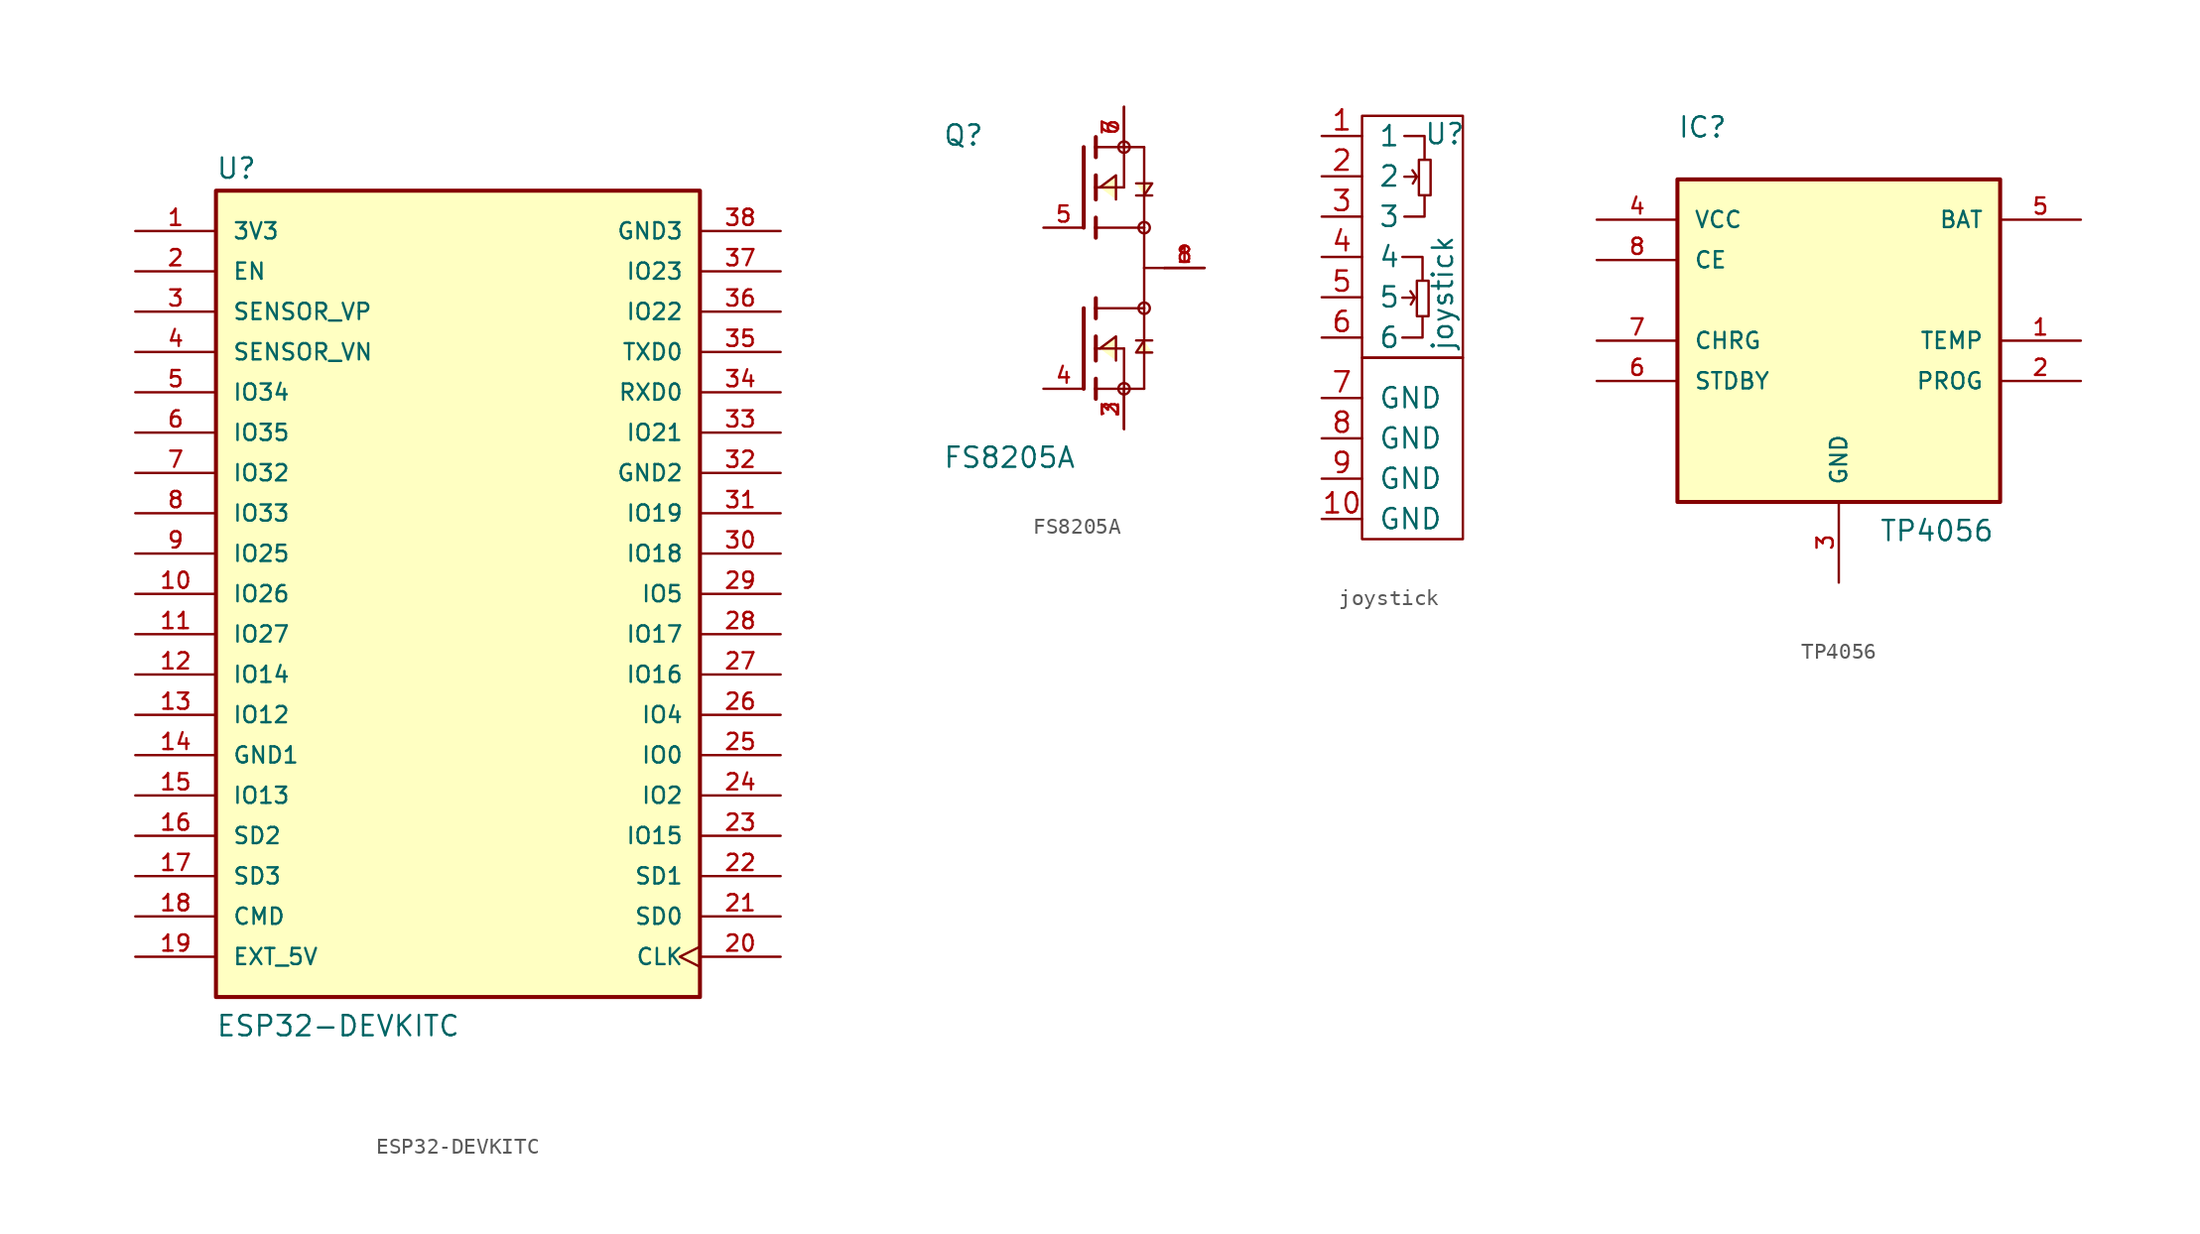
<source format=kicad_sym>
(kicad_symbol_lib
  (version 20231120)
  (generator "kicad_symbol_editor")
  (generator_version "8.0")
  (symbol "ESP32-DEVKITC"
    (pin_names
      (offset 1.016))
    (property "Reference" "U"
      (at -15.265 26.06 0)
      (effects (font (size 1.27 1.27)) (justify left bottom)))
    (property "Value" "ESP32-DEVKITC"
      (at -15.265 -27.965 0)
      (effects (font (size 1.27 1.27)) (justify left bottom)))
    (symbol "ESP32-DEVKITC_0_0"
      (rectangle (start -15.24 -25.4) (end 15.24 25.4) (stroke (width 0.254) (type default)) (fill (type background)))
      (pin power_in line (at -20.32 22.86 0) (length 5.08) (name "3V3" (effects (font (size 1.016 1.016)))) (number "1" (effects (font (size 1.016 1.016)))))
      (pin bidirectional line (at -20.32 0 0) (length 5.08) (name "IO26" (effects (font (size 1.016 1.016)))) (number "10" (effects (font (size 1.016 1.016)))))
      (pin bidirectional line (at -20.32 -2.54 0) (length 5.08) (name "IO27" (effects (font (size 1.016 1.016)))) (number "11" (effects (font (size 1.016 1.016)))))
      (pin bidirectional line (at -20.32 -5.08 0) (length 5.08) (name "IO14" (effects (font (size 1.016 1.016)))) (number "12" (effects (font (size 1.016 1.016)))))
      (pin bidirectional line (at -20.32 -7.62 0) (length 5.08) (name "IO12" (effects (font (size 1.016 1.016)))) (number "13" (effects (font (size 1.016 1.016)))))
      (pin power_in line (at -20.32 -10.16 0) (length 5.08) (name "GND1" (effects (font (size 1.016 1.016)))) (number "14" (effects (font (size 1.016 1.016)))))
      (pin bidirectional line (at -20.32 -12.7 0) (length 5.08) (name "IO13" (effects (font (size 1.016 1.016)))) (number "15" (effects (font (size 1.016 1.016)))))
      (pin bidirectional line (at -20.32 -15.24 0) (length 5.08) (name "SD2" (effects (font (size 1.016 1.016)))) (number "16" (effects (font (size 1.016 1.016)))))
      (pin bidirectional line (at -20.32 -17.78 0) (length 5.08) (name "SD3" (effects (font (size 1.016 1.016)))) (number "17" (effects (font (size 1.016 1.016)))))
      (pin bidirectional line (at -20.32 -20.32 0) (length 5.08) (name "CMD" (effects (font (size 1.016 1.016)))) (number "18" (effects (font (size 1.016 1.016)))))
      (pin power_in line (at -20.32 -22.86 0) (length 5.08) (name "EXT_5V" (effects (font (size 1.016 1.016)))) (number "19" (effects (font (size 1.016 1.016)))))
      (pin input line (at -20.32 20.32 0) (length 5.08) (name "EN" (effects (font (size 1.016 1.016)))) (number "2" (effects (font (size 1.016 1.016)))))
      (pin input clock (at 20.32 -22.86 180) (length 5.08) (name "CLK" (effects (font (size 1.016 1.016)))) (number "20" (effects (font (size 1.016 1.016)))))
      (pin bidirectional line (at 20.32 -20.32 180) (length 5.08) (name "SD0" (effects (font (size 1.016 1.016)))) (number "21" (effects (font (size 1.016 1.016)))))
      (pin bidirectional line (at 20.32 -17.78 180) (length 5.08) (name "SD1" (effects (font (size 1.016 1.016)))) (number "22" (effects (font (size 1.016 1.016)))))
      (pin bidirectional line (at 20.32 -15.24 180) (length 5.08) (name "IO15" (effects (font (size 1.016 1.016)))) (number "23" (effects (font (size 1.016 1.016)))))
      (pin bidirectional line (at 20.32 -12.7 180) (length 5.08) (name "IO2" (effects (font (size 1.016 1.016)))) (number "24" (effects (font (size 1.016 1.016)))))
      (pin bidirectional line (at 20.32 -10.16 180) (length 5.08) (name "IO0" (effects (font (size 1.016 1.016)))) (number "25" (effects (font (size 1.016 1.016)))))
      (pin bidirectional line (at 20.32 -7.62 180) (length 5.08) (name "IO4" (effects (font (size 1.016 1.016)))) (number "26" (effects (font (size 1.016 1.016)))))
      (pin bidirectional line (at 20.32 -5.08 180) (length 5.08) (name "IO16" (effects (font (size 1.016 1.016)))) (number "27" (effects (font (size 1.016 1.016)))))
      (pin bidirectional line (at 20.32 -2.54 180) (length 5.08) (name "IO17" (effects (font (size 1.016 1.016)))) (number "28" (effects (font (size 1.016 1.016)))))
      (pin bidirectional line (at 20.32 0 180) (length 5.08) (name "IO5" (effects (font (size 1.016 1.016)))) (number "29" (effects (font (size 1.016 1.016)))))
      (pin input line (at -20.32 17.78 0) (length 5.08) (name "SENSOR_VP" (effects (font (size 1.016 1.016)))) (number "3" (effects (font (size 1.016 1.016)))))
      (pin bidirectional line (at 20.32 2.54 180) (length 5.08) (name "IO18" (effects (font (size 1.016 1.016)))) (number "30" (effects (font (size 1.016 1.016)))))
      (pin bidirectional line (at 20.32 5.08 180) (length 5.08) (name "IO19" (effects (font (size 1.016 1.016)))) (number "31" (effects (font (size 1.016 1.016)))))
      (pin power_in line (at 20.32 7.62 180) (length 5.08) (name "GND2" (effects (font (size 1.016 1.016)))) (number "32" (effects (font (size 1.016 1.016)))))
      (pin bidirectional line (at 20.32 10.16 180) (length 5.08) (name "IO21" (effects (font (size 1.016 1.016)))) (number "33" (effects (font (size 1.016 1.016)))))
      (pin input line (at 20.32 12.7 180) (length 5.08) (name "RXD0" (effects (font (size 1.016 1.016)))) (number "34" (effects (font (size 1.016 1.016)))))
      (pin output line (at 20.32 15.24 180) (length 5.08) (name "TXD0" (effects (font (size 1.016 1.016)))) (number "35" (effects (font (size 1.016 1.016)))))
      (pin bidirectional line (at 20.32 17.78 180) (length 5.08) (name "IO22" (effects (font (size 1.016 1.016)))) (number "36" (effects (font (size 1.016 1.016)))))
      (pin bidirectional line (at 20.32 20.32 180) (length 5.08) (name "IO23" (effects (font (size 1.016 1.016)))) (number "37" (effects (font (size 1.016 1.016)))))
      (pin power_in line (at 20.32 22.86 180) (length 5.08) (name "GND3" (effects (font (size 1.016 1.016)))) (number "38" (effects (font (size 1.016 1.016)))))
      (pin input line (at -20.32 15.24 0) (length 5.08) (name "SENSOR_VN" (effects (font (size 1.016 1.016)))) (number "4" (effects (font (size 1.016 1.016)))))
      (pin bidirectional line (at -20.32 12.7 0) (length 5.08) (name "IO34" (effects (font (size 1.016 1.016)))) (number "5" (effects (font (size 1.016 1.016)))))
      (pin bidirectional line (at -20.32 10.16 0) (length 5.08) (name "IO35" (effects (font (size 1.016 1.016)))) (number "6" (effects (font (size 1.016 1.016)))))
      (pin bidirectional line (at -20.32 7.62 0) (length 5.08) (name "IO32" (effects (font (size 1.016 1.016)))) (number "7" (effects (font (size 1.016 1.016)))))
      (pin bidirectional line (at -20.32 5.08 0) (length 5.08) (name "IO33" (effects (font (size 1.016 1.016)))) (number "8" (effects (font (size 1.016 1.016)))))
      (pin bidirectional line (at -20.32 2.54 0) (length 5.08) (name "IO25" (effects (font (size 1.016 1.016)))) (number "9" (effects (font (size 1.016 1.016)))))))
  (symbol "FS8205A"
    (pin_names
      (offset 1.016) hide)
    (property "Reference" "Q"
      (at -11.43 7.62 0)
      (effects (font (size 1.27 1.27)) (justify left bottom)))
    (property "Value" "FS8205A"
      (at -11.43 -12.7 0)
      (effects (font (size 1.27 1.27)) (justify left bottom)))
    (symbol "FS8205A_0_0"
      (circle (center 0 -7.62) (radius 0.356) (stroke (width 0) (type default)) (fill (type none)))
      (polyline (pts (xy -2.54 -2.54) (xy -2.54 -7.62)) (stroke (width 0.254) (type default)) (fill (type none)))
      (polyline (pts (xy -2.54 7.62) (xy -2.54 2.54)) (stroke (width 0.254) (type default)) (fill (type none)))
      (polyline (pts (xy -1.778 -7.62) (xy -1.778 -8.255)) (stroke (width 0.254) (type default)) (fill (type none)))
      (polyline (pts (xy -1.778 -6.985) (xy -1.778 -7.62)) (stroke (width 0.254) (type default)) (fill (type none)))
      (polyline (pts (xy -1.778 -5.08) (xy -1.778 -5.842)) (stroke (width 0.254) (type default)) (fill (type none)))
      (polyline (pts (xy -1.778 -5.08) (xy 0 -5.08)) (stroke (width 0.152) (type default)) (fill (type none)))
      (polyline (pts (xy -1.778 -4.318) (xy -1.778 -5.08)) (stroke (width 0.254) (type default)) (fill (type none)))
      (polyline (pts (xy -1.778 -2.54) (xy -1.778 -3.175)) (stroke (width 0.254) (type default)) (fill (type none)))
      (polyline (pts (xy -1.778 -2.54) (xy 1.27 -2.54)) (stroke (width 0.152) (type default)) (fill (type none)))
      (polyline (pts (xy -1.778 -1.905) (xy -1.778 -2.54)) (stroke (width 0.254) (type default)) (fill (type none)))
      (polyline (pts (xy -1.778 2.54) (xy -1.778 1.905)) (stroke (width 0.254) (type default)) (fill (type none)))
      (polyline (pts (xy -1.778 3.175) (xy -1.778 2.54)) (stroke (width 0.254) (type default)) (fill (type none)))
      (polyline (pts (xy -1.778 5.08) (xy -1.778 4.318)) (stroke (width 0.254) (type default)) (fill (type none)))
      (polyline (pts (xy -1.778 5.08) (xy 0 5.08)) (stroke (width 0.152) (type default)) (fill (type none)))
      (polyline (pts (xy -1.778 5.842) (xy -1.778 5.08)) (stroke (width 0.254) (type default)) (fill (type none)))
      (polyline (pts (xy -1.778 7.62) (xy -1.778 6.985)) (stroke (width 0.254) (type default)) (fill (type none)))
      (polyline (pts (xy -1.778 7.62) (xy 1.27 7.62)) (stroke (width 0.152) (type default)) (fill (type none)))
      (polyline (pts (xy -1.778 8.255) (xy -1.778 7.62)) (stroke (width 0.254) (type default)) (fill (type none)))
      (polyline (pts (xy 0 -7.62) (xy -1.778 -7.62)) (stroke (width 0.152) (type default)) (fill (type none)))
      (polyline (pts (xy 0 -7.62) (xy 1.27 -7.62)) (stroke (width 0.152) (type default)) (fill (type none)))
      (polyline (pts (xy 0 -5.08) (xy 0 -7.62)) (stroke (width 0.152) (type default)) (fill (type none)))
      (polyline (pts (xy 0 7.62) (xy 0 5.08)) (stroke (width 0.152) (type default)) (fill (type none)))
      (polyline (pts (xy 0.762 4.572) (xy 1.27 4.572)) (stroke (width 0.152) (type default)) (fill (type none)))
      (polyline (pts (xy 1.27 -4.572) (xy 0.762 -4.572)) (stroke (width 0.152) (type default)) (fill (type none)))
      (polyline (pts (xy 1.27 -4.572) (xy 1.27 -7.62)) (stroke (width 0.152) (type default)) (fill (type none)))
      (polyline (pts (xy 1.27 -2.54) (xy 1.27 -4.572)) (stroke (width 0.152) (type default)) (fill (type none)))
      (polyline (pts (xy 1.27 -2.54) (xy 1.27 0)) (stroke (width 0.152) (type default)) (fill (type none)))
      (polyline (pts (xy 1.27 0) (xy 1.27 2.54)) (stroke (width 0.152) (type default)) (fill (type none)))
      (polyline (pts (xy 1.27 0) (xy 2.54 0)) (stroke (width 0.152) (type default)) (fill (type none)))
      (polyline (pts (xy 1.27 2.54) (xy -1.778 2.54)) (stroke (width 0.152) (type default)) (fill (type none)))
      (polyline (pts (xy 1.27 2.54) (xy 1.27 4.572)) (stroke (width 0.152) (type default)) (fill (type none)))
      (polyline (pts (xy 1.27 4.572) (xy 1.27 7.62)) (stroke (width 0.152) (type default)) (fill (type none)))
      (polyline (pts (xy 1.27 4.572) (xy 1.778 4.572)) (stroke (width 0.152) (type default)) (fill (type none)))
      (polyline (pts (xy 1.778 -4.572) (xy 1.27 -4.572)) (stroke (width 0.152) (type default)) (fill (type none)))
      (polyline (pts (xy -1.524 -5.08) (xy -0.508 -4.318) (xy -0.508 -5.842)) (stroke (width 0.152) (type default)) (fill (type background)))
      (polyline (pts (xy -1.524 5.08) (xy -0.508 5.842) (xy -0.508 4.318)) (stroke (width 0.152) (type default)) (fill (type background)))
      (polyline (pts (xy 1.27 -4.572) (xy 0.762 -5.334) (xy 1.778 -5.334)) (stroke (width 0.152) (type default)) (fill (type background)))
      (polyline (pts (xy 1.27 4.572) (xy 1.778 5.334) (xy 0.762 5.334)) (stroke (width 0.152) (type default)) (fill (type background)))
      (circle (center 0 7.62) (radius 0.356) (stroke (width 0) (type default)) (fill (type none)))
      (circle (center 1.27 -2.54) (radius 0.356) (stroke (width 0) (type default)) (fill (type none)))
      (circle (center 1.27 2.54) (radius 0.356) (stroke (width 0) (type default)) (fill (type none)))
      (pin passive line (at 5.08 0 180) (length 2.54) (name "~" (effects (font (size 1.016 1.016)))) (number "1" (effects (font (size 1.016 1.016)))))
      (pin passive line (at 0 -10.16 90) (length 2.54) (name "~" (effects (font (size 1.016 1.016)))) (number "2" (effects (font (size 1.016 1.016)))))
      (pin passive line (at 0 -10.16 90) (length 2.54) (name "~" (effects (font (size 1.016 1.016)))) (number "3" (effects (font (size 1.016 1.016)))))
      (pin passive line (at -5.08 -7.62 0) (length 2.54) (name "~" (effects (font (size 1.016 1.016)))) (number "4" (effects (font (size 1.016 1.016)))))
      (pin passive line (at -5.08 2.54 0) (length 2.54) (name "~" (effects (font (size 1.016 1.016)))) (number "5" (effects (font (size 1.016 1.016)))))
      (pin passive line (at 0 10.16 270) (length 2.54) (name "~" (effects (font (size 1.016 1.016)))) (number "6" (effects (font (size 1.016 1.016)))))
      (pin passive line (at 0 10.16 270) (length 2.54) (name "~" (effects (font (size 1.016 1.016)))) (number "7" (effects (font (size 1.016 1.016)))))
      (pin passive line (at 5.08 0 180) (length 2.54) (name "~" (effects (font (size 1.016 1.016)))) (number "8" (effects (font (size 1.016 1.016)))))))
  (symbol "joystick"
    (pin_names
      (offset 1.016))
    (property "Reference" "U"
      (at 1.397 6.477 0)
      (effects (font (size 1.27 1.27))))
    (property "Value" "joystick"
      (at 1.27 -3.556 90)
      (effects (font (size 1.27 1.27))))
    (symbol "joystick_0_1"
      (rectangle (start -3.81 -19.05) (end 2.54 -7.62) (stroke (width 0) (type default)) (fill (type none)))
      (rectangle (start -3.81 7.62) (end 2.54 -7.62) (stroke (width 0) (type default)) (fill (type none)))
      (rectangle (start -0.229 4.851) (end 0.508 2.616) (stroke (width 0) (type default)) (fill (type none)))
      (polyline (pts (xy -1.143 1.27) (xy 0.127 1.27) (xy 0.127 2.54)) (stroke (width 0) (type default)) (fill (type none)))
      (polyline (pts (xy -1.143 6.35) (xy 0.127 6.35) (xy 0.127 4.902)) (stroke (width 0) (type default)) (fill (type none)))
      (polyline (pts (xy -1.143 3.785) (xy -0.356 3.785) (xy -0.635 4.191) (xy -0.356 3.785) (xy -0.61 3.353)) (stroke (width 0) (type default)) (fill (type none))))
    (symbol "joystick_1_1"
      (rectangle (start -0.356 -2.769) (end 0.381 -5.004) (stroke (width 0) (type default)) (fill (type none)))
      (polyline (pts (xy -1.27 -6.35) (xy 0 -6.35) (xy 0 -5.08)) (stroke (width 0) (type default)) (fill (type none)))
      (polyline (pts (xy -1.27 -1.27) (xy 0 -1.27) (xy 0 -2.718)) (stroke (width 0) (type default)) (fill (type none)))
      (polyline (pts (xy -1.27 -3.835) (xy -0.483 -3.835) (xy -0.762 -3.429) (xy -0.483 -3.835) (xy -0.737 -4.267)) (stroke (width 0) (type default)) (fill (type none)))
      (pin passive line (at -6.35 6.35 0) (length 2.54) (name "1" (effects (font (size 1.27 1.27)))) (number "1" (effects (font (size 1.27 1.27)))))
      (pin passive line (at -6.35 -17.78 0) (length 2.54) (name "GND" (effects (font (size 1.27 1.27)))) (number "10" (effects (font (size 1.27 1.27)))))
      (pin passive line (at -6.35 3.81 0) (length 2.54) (name "2" (effects (font (size 1.27 1.27)))) (number "2" (effects (font (size 1.27 1.27)))))
      (pin passive line (at -6.35 1.27 0) (length 2.54) (name "3" (effects (font (size 1.27 1.27)))) (number "3" (effects (font (size 1.27 1.27)))))
      (pin passive line (at -6.35 -1.27 0) (length 2.54) (name "4" (effects (font (size 1.27 1.27)))) (number "4" (effects (font (size 1.27 1.27)))))
      (pin passive line (at -6.35 -3.81 0) (length 2.54) (name "5" (effects (font (size 1.27 1.27)))) (number "5" (effects (font (size 1.27 1.27)))))
      (pin passive line (at -6.35 -6.35 0) (length 2.54) (name "6" (effects (font (size 1.27 1.27)))) (number "6" (effects (font (size 1.27 1.27)))))
      (pin passive line (at -6.35 -10.16 0) (length 2.54) (name "GND" (effects (font (size 1.27 1.27)))) (number "7" (effects (font (size 1.27 1.27)))))
      (pin passive line (at -6.35 -12.7 0) (length 2.54) (name "GND" (effects (font (size 1.27 1.27)))) (number "8" (effects (font (size 1.27 1.27)))))
      (pin passive line (at -6.35 -15.24 0) (length 2.54) (name "GND" (effects (font (size 1.27 1.27)))) (number "9" (effects (font (size 1.27 1.27)))))))
  (symbol "TP4056"
    (pin_names
      (offset 1.016))
    (property "Reference" "IC"
      (at -10.16 12.7 0)
      (effects (font (size 1.27 1.27)) (justify left bottom)))
    (property "Value" "TP4056"
      (at 2.54 -12.725 0)
      (effects (font (size 1.27 1.27)) (justify left bottom)))
    (symbol "TP4056_0_0"
      (rectangle (start -10.16 -10.16) (end 10.16 10.16) (stroke (width 0.254) (type default)) (fill (type background)))
      (pin bidirectional line (at 15.24 0 180) (length 5.08) (name "TEMP" (effects (font (size 1.016 1.016)))) (number "1" (effects (font (size 1.016 1.016)))))
      (pin bidirectional line (at 15.24 -2.54 180) (length 5.08) (name "PROG" (effects (font (size 1.016 1.016)))) (number "2" (effects (font (size 1.016 1.016)))))
      (pin bidirectional line (at 0 -15.24 90) (length 5.08) (name "GND" (effects (font (size 1.016 1.016)))) (number "3" (effects (font (size 1.016 1.016)))))
      (pin bidirectional line (at -15.24 7.62 0) (length 5.08) (name "VCC" (effects (font (size 1.016 1.016)))) (number "4" (effects (font (size 1.016 1.016)))))
      (pin bidirectional line (at 15.24 7.62 180) (length 5.08) (name "BAT" (effects (font (size 1.016 1.016)))) (number "5" (effects (font (size 1.016 1.016)))))
      (pin bidirectional line (at -15.24 -2.54 0) (length 5.08) (name "STDBY" (effects (font (size 1.016 1.016)))) (number "6" (effects (font (size 1.016 1.016)))))
      (pin bidirectional line (at -15.24 0 0) (length 5.08) (name "CHRG" (effects (font (size 1.016 1.016)))) (number "7" (effects (font (size 1.016 1.016)))))
      (pin bidirectional line (at -15.24 5.08 0) (length 5.08) (name "CE" (effects (font (size 1.016 1.016)))) (number "8" (effects (font (size 1.016 1.016))))))))
</source>
